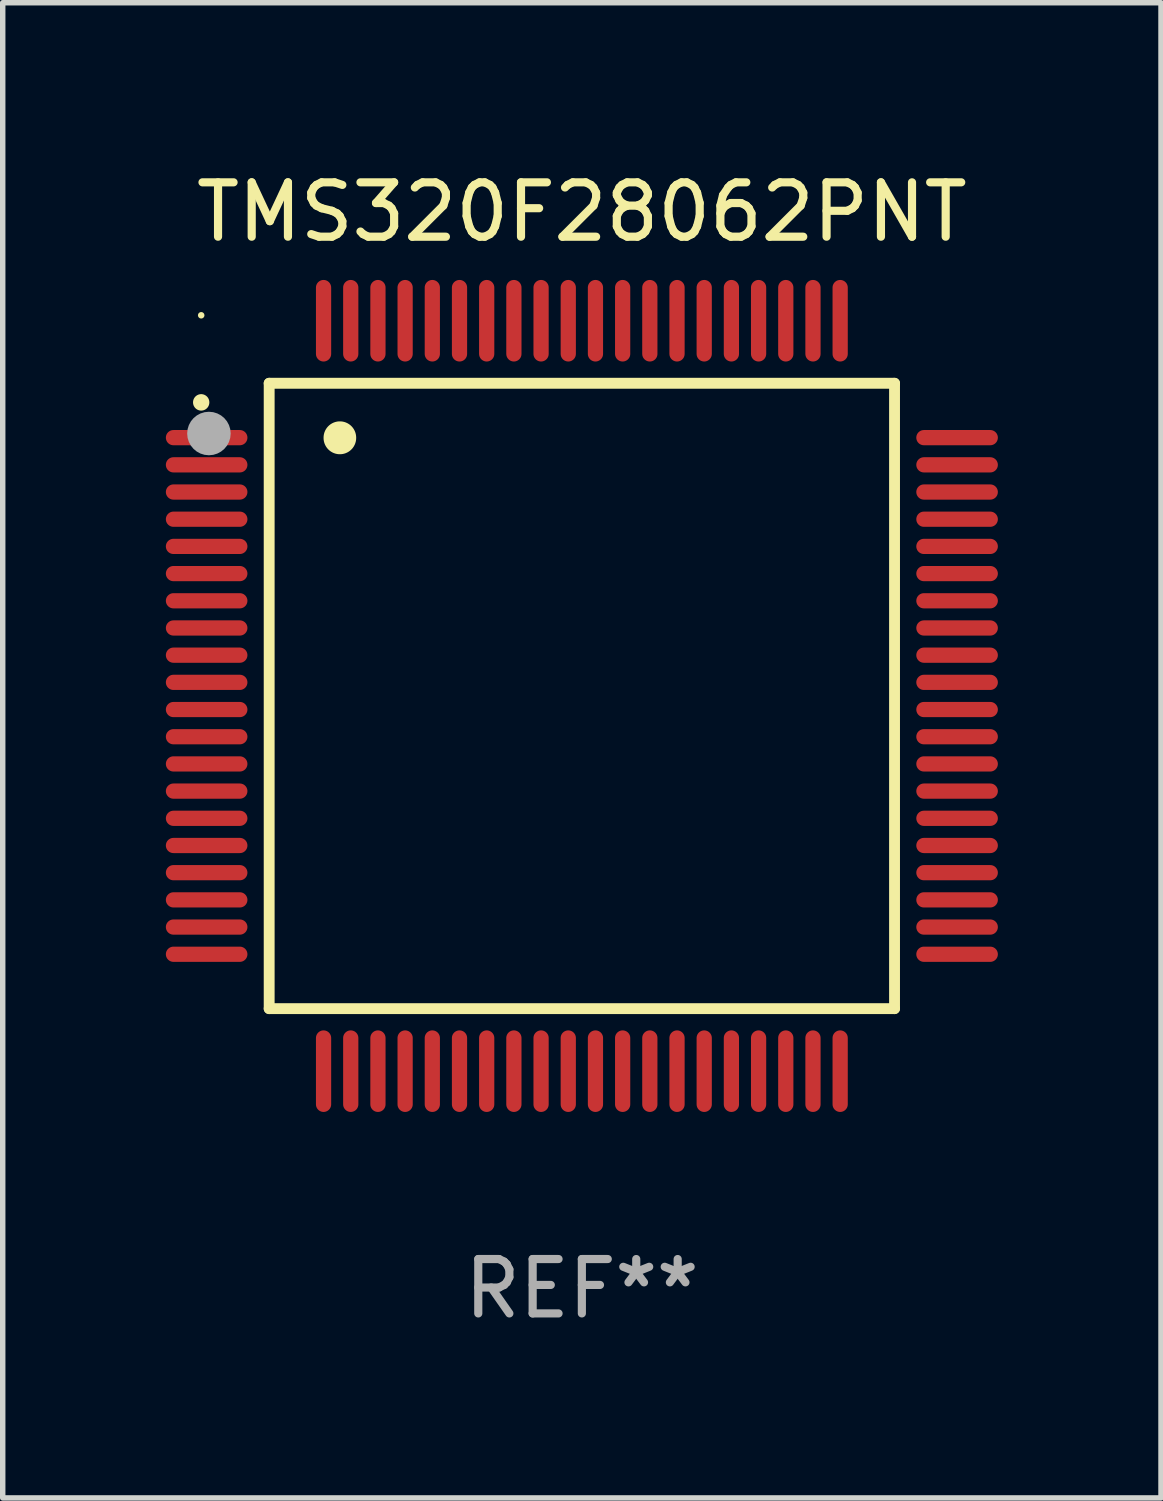
<source format=kicad_pcb>
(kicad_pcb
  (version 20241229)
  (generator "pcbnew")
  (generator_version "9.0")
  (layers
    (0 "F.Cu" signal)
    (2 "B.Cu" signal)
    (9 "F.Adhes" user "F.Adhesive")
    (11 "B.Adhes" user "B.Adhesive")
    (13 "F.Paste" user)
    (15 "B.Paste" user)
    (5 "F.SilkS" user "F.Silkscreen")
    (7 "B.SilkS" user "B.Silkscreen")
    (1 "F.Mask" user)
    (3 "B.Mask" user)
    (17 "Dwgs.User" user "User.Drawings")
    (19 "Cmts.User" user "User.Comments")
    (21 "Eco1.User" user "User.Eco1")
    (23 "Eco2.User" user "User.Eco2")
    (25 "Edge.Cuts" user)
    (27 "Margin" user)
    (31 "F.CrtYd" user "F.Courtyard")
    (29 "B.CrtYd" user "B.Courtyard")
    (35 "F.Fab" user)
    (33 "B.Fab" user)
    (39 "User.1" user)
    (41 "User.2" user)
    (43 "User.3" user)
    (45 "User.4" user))
  (footprint "TMS320F28062PNT"
    (layer "F.Cu")
    (at 7.65 9.748)
    (property "Reference" "TMS320F28062PNT" (at 0 -8.9 0) (layer "F.SilkS") (effects (font (size 1 1) (thickness 0.15))))
    (attr through_hole)
    (fp_line (start -5.75 -5.75) (end 5.75 -5.75) (stroke (width 0.2) (type solid)) (layer "F.SilkS"))
    (fp_line (start -5.75 5.75) (end -5.75 -5.75) (stroke (width 0.2) (type solid)) (layer "F.SilkS"))
    (fp_line (start 5.75 -5.75) (end 5.75 5.75) (stroke (width 0.2) (type solid)) (layer "F.SilkS"))
    (fp_line (start 5.75 5.75) (end -5.75 5.75) (stroke (width 0.2) (type solid)) (layer "F.SilkS"))
    (fp_arc (start -7.000229 -5.397435) (mid -7.000234 -5.398705) (end -7.000229 -5.399975) (stroke (width 0.3) (type solid)) (layer "F.SilkS"))
    (fp_arc (start -4.450064 -4.744653) (mid -4.450075 -4.747193) (end -4.450064 -4.749733) (stroke (width 0.6) (type solid)) (layer "F.SilkS"))
    (fp_circle (center -7 -7) (end -6.97 -7) (stroke (width 0.06) (type solid)) (fill no) (layer "F.SilkS"))
    (fp_circle (center -6.858 -4.826) (end -6.658 -4.826) (stroke (width 0.4) (type solid)) (fill no) (layer "F.Fab"))
    (fp_text user "REF**" (at 0 10.9 0) (layer "F.Fab") (effects (font (size 1 1) (thickness 0.15))))
    (pad "1" smd oval (at -6.9 -4.75 90) (size 0.28 1.5) (layers "F.Cu" "F.Mask" "F.Paste"))
    (pad "2" smd oval (at -6.9 -4.25 90) (size 0.28 1.5) (layers "F.Cu" "F.Mask" "F.Paste"))
    (pad "3" smd oval (at -6.9 -3.75 90) (size 0.28 1.5) (layers "F.Cu" "F.Mask" "F.Paste"))
    (pad "4" smd oval (at -6.9 -3.25 90) (size 0.28 1.5) (layers "F.Cu" "F.Mask" "F.Paste"))
    (pad "5" smd oval (at -6.9 -2.75 90) (size 0.28 1.5) (layers "F.Cu" "F.Mask" "F.Paste"))
    (pad "6" smd oval (at -6.9 -2.25 90) (size 0.28 1.5) (layers "F.Cu" "F.Mask" "F.Paste"))
    (pad "7" smd oval (at -6.9 -1.75 90) (size 0.28 1.5) (layers "F.Cu" "F.Mask" "F.Paste"))
    (pad "8" smd oval (at -6.9 -1.25 90) (size 0.28 1.5) (layers "F.Cu" "F.Mask" "F.Paste"))
    (pad "9" smd oval (at -6.9 -0.75 90) (size 0.28 1.5) (layers "F.Cu" "F.Mask" "F.Paste"))
    (pad "10" smd oval (at -6.9 -0.25 90) (size 0.28 1.5) (layers "F.Cu" "F.Mask" "F.Paste"))
    (pad "11" smd oval (at -6.9 0.25 90) (size 0.28 1.5) (layers "F.Cu" "F.Mask" "F.Paste"))
    (pad "12" smd oval (at -6.9 0.75 90) (size 0.28 1.5) (layers "F.Cu" "F.Mask" "F.Paste"))
    (pad "13" smd oval (at -6.9 1.25 90) (size 0.28 1.5) (layers "F.Cu" "F.Mask" "F.Paste"))
    (pad "14" smd oval (at -6.9 1.75 90) (size 0.28 1.5) (layers "F.Cu" "F.Mask" "F.Paste"))
    (pad "15" smd oval (at -6.9 2.25 90) (size 0.28 1.5) (layers "F.Cu" "F.Mask" "F.Paste"))
    (pad "16" smd oval (at -6.9 2.75 90) (size 0.28 1.5) (layers "F.Cu" "F.Mask" "F.Paste"))
    (pad "17" smd oval (at -6.9 3.25 90) (size 0.28 1.5) (layers "F.Cu" "F.Mask" "F.Paste"))
    (pad "18" smd oval (at -6.9 3.75 90) (size 0.28 1.5) (layers "F.Cu" "F.Mask" "F.Paste"))
    (pad "19" smd oval (at -6.9 4.25 90) (size 0.28 1.5) (layers "F.Cu" "F.Mask" "F.Paste"))
    (pad "20" smd oval (at -6.9 4.75 270) (size 0.28 1.5) (layers "F.Cu" "F.Mask" "F.Paste"))
    (pad "21" smd oval (at -4.75 6.9 180) (size 0.28 1.5) (layers "F.Cu" "F.Mask" "F.Paste"))
    (pad "22" smd oval (at -4.25 6.9) (size 0.28 1.5) (layers "F.Cu" "F.Mask" "F.Paste"))
    (pad "23" smd oval (at -3.75 6.9) (size 0.28 1.5) (layers "F.Cu" "F.Mask" "F.Paste"))
    (pad "24" smd oval (at -3.25 6.9) (size 0.28 1.5) (layers "F.Cu" "F.Mask" "F.Paste"))
    (pad "25" smd oval (at -2.75 6.9) (size 0.28 1.5) (layers "F.Cu" "F.Mask" "F.Paste"))
    (pad "26" smd oval (at -2.25 6.9) (size 0.28 1.5) (layers "F.Cu" "F.Mask" "F.Paste"))
    (pad "27" smd oval (at -1.75 6.9) (size 0.28 1.5) (layers "F.Cu" "F.Mask" "F.Paste"))
    (pad "28" smd oval (at -1.25 6.9) (size 0.28 1.5) (layers "F.Cu" "F.Mask" "F.Paste"))
    (pad "29" smd oval (at -0.75 6.9) (size 0.28 1.5) (layers "F.Cu" "F.Mask" "F.Paste"))
    (pad "30" smd oval (at -0.25 6.9) (size 0.28 1.5) (layers "F.Cu" "F.Mask" "F.Paste"))
    (pad "31" smd oval (at 0.25 6.9) (size 0.28 1.5) (layers "F.Cu" "F.Mask" "F.Paste"))
    (pad "32" smd oval (at 0.75 6.9) (size 0.28 1.5) (layers "F.Cu" "F.Mask" "F.Paste"))
    (pad "33" smd oval (at 1.25 6.9) (size 0.28 1.5) (layers "F.Cu" "F.Mask" "F.Paste"))
    (pad "34" smd oval (at 1.75 6.9) (size 0.28 1.5) (layers "F.Cu" "F.Mask" "F.Paste"))
    (pad "35" smd oval (at 2.25 6.9) (size 0.28 1.5) (layers "F.Cu" "F.Mask" "F.Paste"))
    (pad "36" smd oval (at 2.75 6.9) (size 0.28 1.5) (layers "F.Cu" "F.Mask" "F.Paste"))
    (pad "37" smd oval (at 3.25 6.9) (size 0.28 1.5) (layers "F.Cu" "F.Mask" "F.Paste"))
    (pad "38" smd oval (at 3.75 6.9) (size 0.28 1.5) (layers "F.Cu" "F.Mask" "F.Paste"))
    (pad "39" smd oval (at 4.25 6.9) (size 0.28 1.5) (layers "F.Cu" "F.Mask" "F.Paste"))
    (pad "40" smd oval (at 4.75 6.9) (size 0.28 1.5) (layers "F.Cu" "F.Mask" "F.Paste"))
    (pad "41" smd oval (at 6.9 4.75 270) (size 0.28 1.5) (layers "F.Cu" "F.Mask" "F.Paste"))
    (pad "42" smd oval (at 6.9 4.25 90) (size 0.28 1.5) (layers "F.Cu" "F.Mask" "F.Paste"))
    (pad "43" smd oval (at 6.9 3.75 90) (size 0.28 1.5) (layers "F.Cu" "F.Mask" "F.Paste"))
    (pad "44" smd oval (at 6.9 3.25 90) (size 0.28 1.5) (layers "F.Cu" "F.Mask" "F.Paste"))
    (pad "45" smd oval (at 6.9 2.75 90) (size 0.28 1.5) (layers "F.Cu" "F.Mask" "F.Paste"))
    (pad "46" smd oval (at 6.9 2.25 90) (size 0.28 1.5) (layers "F.Cu" "F.Mask" "F.Paste"))
    (pad "47" smd oval (at 6.9 1.75 90) (size 0.28 1.5) (layers "F.Cu" "F.Mask" "F.Paste"))
    (pad "48" smd oval (at 6.9 1.25 90) (size 0.28 1.5) (layers "F.Cu" "F.Mask" "F.Paste"))
    (pad "49" smd oval (at 6.9 0.75 90) (size 0.28 1.5) (layers "F.Cu" "F.Mask" "F.Paste"))
    (pad "50" smd oval (at 6.9 0.25 90) (size 0.28 1.5) (layers "F.Cu" "F.Mask" "F.Paste"))
    (pad "51" smd oval (at 6.9 -0.25 90) (size 0.28 1.5) (layers "F.Cu" "F.Mask" "F.Paste"))
    (pad "52" smd oval (at 6.9 -0.75 90) (size 0.28 1.5) (layers "F.Cu" "F.Mask" "F.Paste"))
    (pad "53" smd oval (at 6.9 -1.25 90) (size 0.28 1.5) (layers "F.Cu" "F.Mask" "F.Paste"))
    (pad "54" smd oval (at 6.9 -1.75 90) (size 0.28 1.5) (layers "F.Cu" "F.Mask" "F.Paste"))
    (pad "55" smd oval (at 6.9 -2.25 90) (size 0.28 1.5) (layers "F.Cu" "F.Mask" "F.Paste"))
    (pad "56" smd oval (at 6.9 -2.75 90) (size 0.28 1.5) (layers "F.Cu" "F.Mask" "F.Paste"))
    (pad "57" smd oval (at 6.9 -3.25 90) (size 0.28 1.5) (layers "F.Cu" "F.Mask" "F.Paste"))
    (pad "58" smd oval (at 6.9 -3.75 90) (size 0.28 1.5) (layers "F.Cu" "F.Mask" "F.Paste"))
    (pad "59" smd oval (at 6.9 -4.25 90) (size 0.28 1.5) (layers "F.Cu" "F.Mask" "F.Paste"))
    (pad "60" smd oval (at 6.9 -4.75 90) (size 0.28 1.5) (layers "F.Cu" "F.Mask" "F.Paste"))
    (pad "61" smd oval (at 4.75 -6.9) (size 0.28 1.5) (layers "F.Cu" "F.Mask" "F.Paste"))
    (pad "62" smd oval (at 4.25 -6.9) (size 0.28 1.5) (layers "F.Cu" "F.Mask" "F.Paste"))
    (pad "63" smd oval (at 3.75 -6.9) (size 0.28 1.5) (layers "F.Cu" "F.Mask" "F.Paste"))
    (pad "64" smd oval (at 3.25 -6.9) (size 0.28 1.5) (layers "F.Cu" "F.Mask" "F.Paste"))
    (pad "65" smd oval (at 2.75 -6.9) (size 0.28 1.5) (layers "F.Cu" "F.Mask" "F.Paste"))
    (pad "66" smd oval (at 2.25 -6.9) (size 0.28 1.5) (layers "F.Cu" "F.Mask" "F.Paste"))
    (pad "67" smd oval (at 1.75 -6.9) (size 0.28 1.5) (layers "F.Cu" "F.Mask" "F.Paste"))
    (pad "68" smd oval (at 1.25 -6.9) (size 0.28 1.5) (layers "F.Cu" "F.Mask" "F.Paste"))
    (pad "69" smd oval (at 0.75 -6.9) (size 0.28 1.5) (layers "F.Cu" "F.Mask" "F.Paste"))
    (pad "70" smd oval (at 0.25 -6.9) (size 0.28 1.5) (layers "F.Cu" "F.Mask" "F.Paste"))
    (pad "71" smd oval (at -0.25 -6.9) (size 0.28 1.5) (layers "F.Cu" "F.Mask" "F.Paste"))
    (pad "72" smd oval (at -0.75 -6.9) (size 0.28 1.5) (layers "F.Cu" "F.Mask" "F.Paste"))
    (pad "73" smd oval (at -1.25 -6.9) (size 0.28 1.5) (layers "F.Cu" "F.Mask" "F.Paste"))
    (pad "74" smd oval (at -1.75 -6.9) (size 0.28 1.5) (layers "F.Cu" "F.Mask" "F.Paste"))
    (pad "75" smd oval (at -2.25 -6.9) (size 0.28 1.5) (layers "F.Cu" "F.Mask" "F.Paste"))
    (pad "76" smd oval (at -2.75 -6.9) (size 0.28 1.5) (layers "F.Cu" "F.Mask" "F.Paste"))
    (pad "77" smd oval (at -3.25 -6.9) (size 0.28 1.5) (layers "F.Cu" "F.Mask" "F.Paste"))
    (pad "78" smd oval (at -3.75 -6.9) (size 0.28 1.5) (layers "F.Cu" "F.Mask" "F.Paste"))
    (pad "79" smd oval (at -4.25 -6.9) (size 0.28 1.5) (layers "F.Cu" "F.Mask" "F.Paste"))
    (pad "80" smd oval (at -4.75 -6.9 180) (size 0.28 1.5) (layers "F.Cu" "F.Mask" "F.Paste")))
  (gr_rect
    (start -3 -3)
    (end 18.3 24.496)
    (stroke (width 0.1) (type default))
    (fill no)
    (layer "Edge.Cuts")))
</source>
